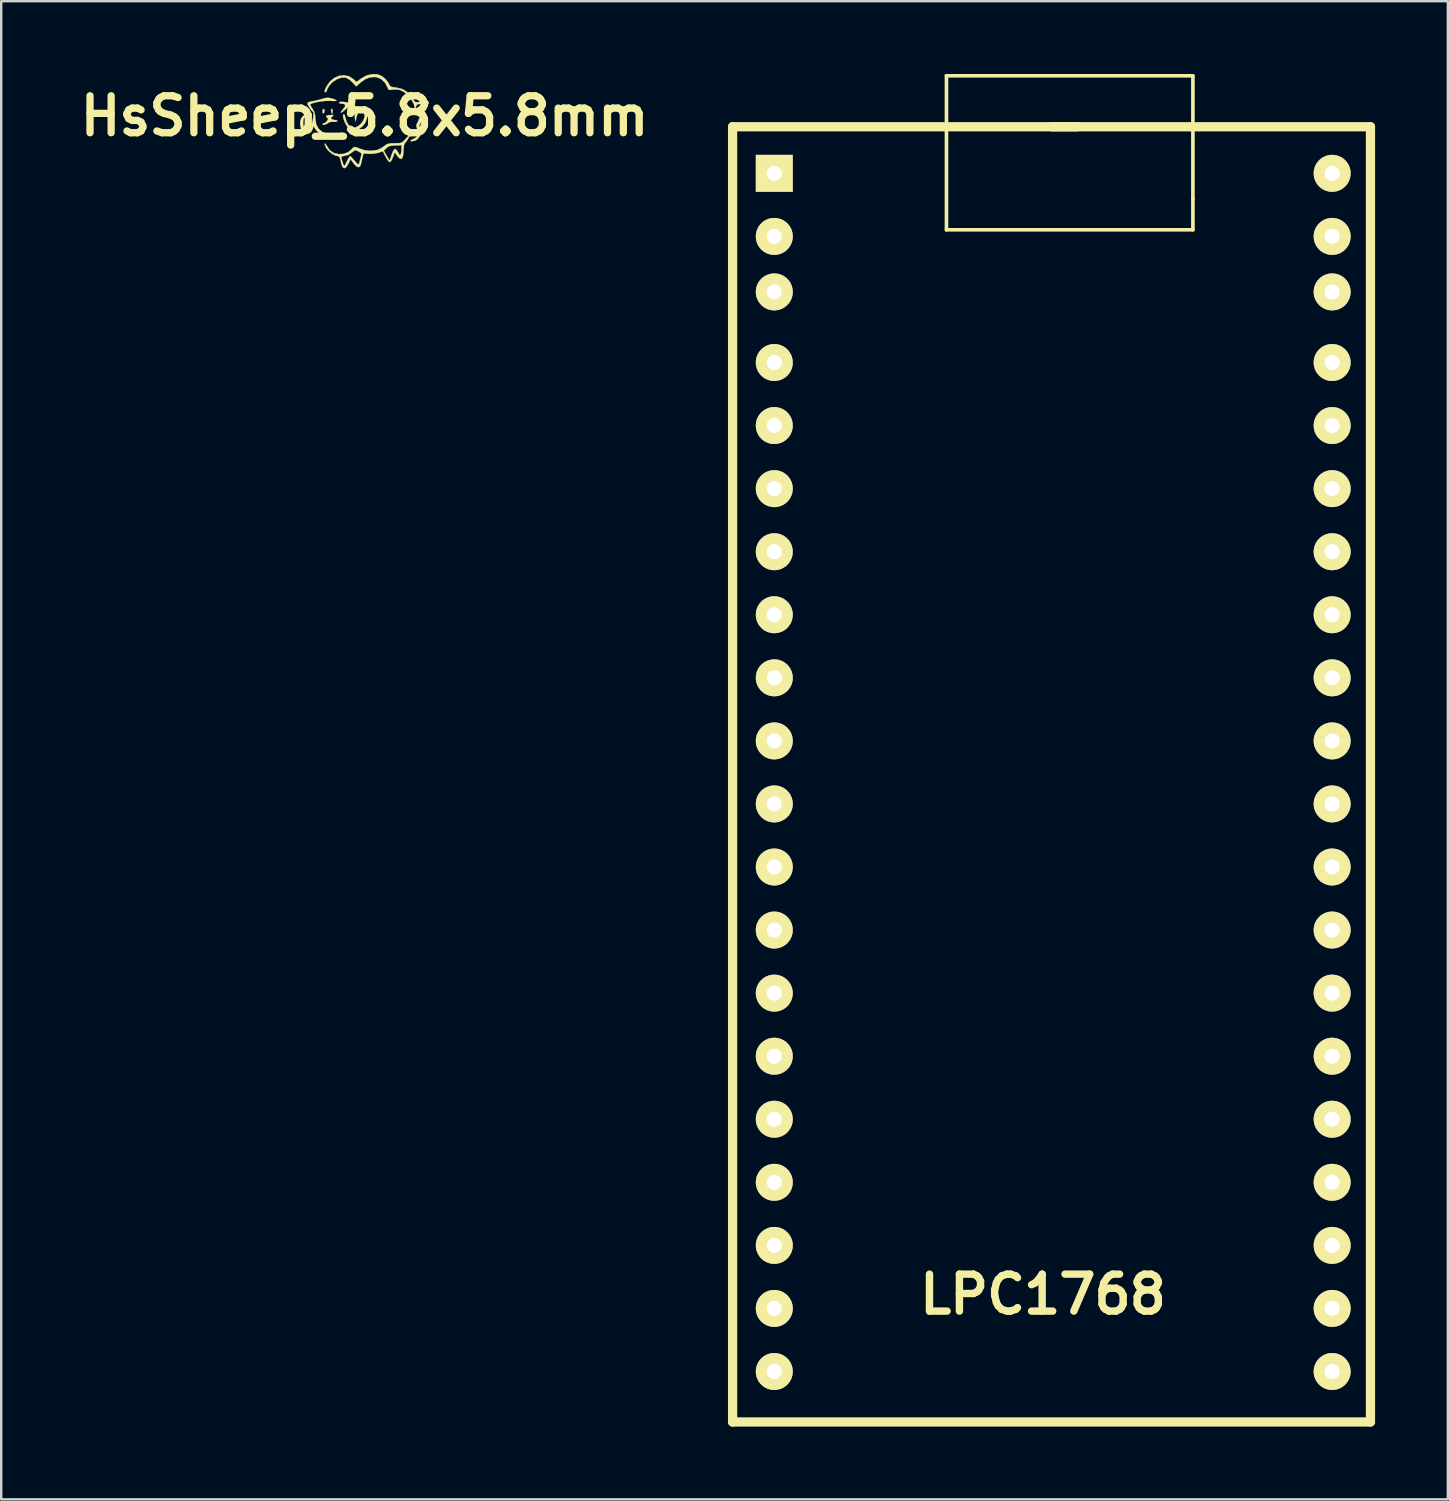
<source format=kicad_pcb>
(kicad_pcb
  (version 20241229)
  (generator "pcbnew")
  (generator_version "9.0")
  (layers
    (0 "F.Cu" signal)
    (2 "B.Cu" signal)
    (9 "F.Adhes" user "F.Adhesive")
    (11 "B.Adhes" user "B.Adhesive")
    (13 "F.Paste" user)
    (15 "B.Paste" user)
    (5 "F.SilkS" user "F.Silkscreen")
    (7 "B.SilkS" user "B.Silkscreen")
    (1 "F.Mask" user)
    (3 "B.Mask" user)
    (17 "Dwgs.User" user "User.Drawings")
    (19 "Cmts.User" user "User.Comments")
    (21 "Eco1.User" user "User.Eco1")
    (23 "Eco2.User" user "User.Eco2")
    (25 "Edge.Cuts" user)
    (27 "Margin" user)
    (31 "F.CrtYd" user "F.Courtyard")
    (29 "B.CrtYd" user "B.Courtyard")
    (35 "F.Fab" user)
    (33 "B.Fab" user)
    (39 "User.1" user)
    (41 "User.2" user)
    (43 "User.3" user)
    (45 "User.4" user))
  (footprint "LPC1768"
    (layer "F.Cu")
    (at 40.702 28.805)
    (property "Reference" "LPC1768" (at -0.749 21.511 0) (layer "F.SilkS") (effects (font (size 1.524 1.524) (thickness 0.305))))
    (attr through_hole)
    (fp_line (start -13.548 -26.629) (end 0.65 -26.629) (stroke (width 0.381) (type solid)) (layer "F.SilkS"))
    (fp_line (start -13.548 26.772) (end -13.548 -26.629) (stroke (width 0.381) (type solid)) (layer "F.SilkS"))
    (fp_line (start -4.73 -28.73) (end 5.43 -28.73) (stroke (width 0.15) (type solid)) (layer "F.SilkS"))
    (fp_line (start -4.73 -22.38) (end -4.73 -28.73) (stroke (width 0.15) (type solid)) (layer "F.SilkS"))
    (fp_line (start -0.399 -26.629) (end 12.751 -26.629) (stroke (width 0.381) (type solid)) (layer "F.SilkS"))
    (fp_line (start 5.43 -28.73) (end 5.43 -23.65) (stroke (width 0.15) (type solid)) (layer "F.SilkS"))
    (fp_line (start 5.43 -23.65) (end 5.43 -22.38) (stroke (width 0.15) (type solid)) (layer "F.SilkS"))
    (fp_line (start 5.43 -22.38) (end -4.73 -22.38) (stroke (width 0.15) (type solid)) (layer "F.SilkS"))
    (fp_line (start 12.751 -26.629) (end 12.751 26.772) (stroke (width 0.381) (type solid)) (layer "F.SilkS"))
    (fp_line (start 12.751 26.772) (end -13.548 26.772) (stroke (width 0.381) (type solid)) (layer "F.SilkS"))
    (pad "1" thru_hole rect (at -11.829 -24.709) (size 1.524 1.524) (drill 0.62) (layers "*.Cu" "*.Mask" "F.SilkS"))
    (pad "2" thru_hole circle (at -11.829 -22.108) (size 1.524 1.524) (drill 0.62) (layers "*.Cu" "*.Mask" "F.SilkS"))
    (pad "3" thru_hole circle (at -11.829 -19.82) (size 1.524 1.524) (drill 0.62) (layers "*.Cu" "*.Mask" "F.SilkS"))
    (pad "4" thru_hole circle (at -11.829 -16.909) (size 1.524 1.524) (drill 0.62) (layers "*.Cu" "*.Mask" "F.SilkS"))
    (pad "5" thru_hole circle (at -11.829 -14.31) (size 1.524 1.524) (drill 0.62) (layers "*.Cu" "*.Mask" "F.SilkS"))
    (pad "6" thru_hole circle (at -11.829 -11.709) (size 1.524 1.524) (drill 0.62) (layers "*.Cu" "*.Mask" "F.SilkS"))
    (pad "7" thru_hole circle (at -11.829 -9.108) (size 1.524 1.524) (drill 0.62) (layers "*.Cu" "*.Mask" "F.SilkS"))
    (pad "8" thru_hole circle (at -11.829 -6.51) (size 1.524 1.524) (drill 0.62) (layers "*.Cu" "*.Mask" "F.SilkS"))
    (pad "9" thru_hole circle (at -11.829 -3.909) (size 1.524 1.524) (drill 0.62) (layers "*.Cu" "*.Mask" "F.SilkS"))
    (pad "10" thru_hole circle (at -11.829 -1.308) (size 1.524 1.524) (drill 0.62) (layers "*.Cu" "*.Mask" "F.SilkS"))
    (pad "11" thru_hole circle (at -11.829 1.29) (size 1.524 1.524) (drill 0.62) (layers "*.Cu" "*.Mask" "F.SilkS"))
    (pad "12" thru_hole circle (at -11.829 3.891) (size 1.524 1.524) (drill 0.62) (layers "*.Cu" "*.Mask" "F.SilkS"))
    (pad "13" thru_hole circle (at -11.829 6.49) (size 1.524 1.524) (drill 0.62) (layers "*.Cu" "*.Mask" "F.SilkS"))
    (pad "14" thru_hole circle (at -11.829 9.091) (size 1.524 1.524) (drill 0.62) (layers "*.Cu" "*.Mask" "F.SilkS"))
    (pad "15" thru_hole circle (at -11.829 11.692) (size 1.524 1.524) (drill 0.62) (layers "*.Cu" "*.Mask" "F.SilkS"))
    (pad "16" thru_hole circle (at -11.829 14.29) (size 1.524 1.524) (drill 0.62) (layers "*.Cu" "*.Mask" "F.SilkS"))
    (pad "17" thru_hole circle (at -11.829 16.891) (size 1.524 1.524) (drill 0.62) (layers "*.Cu" "*.Mask" "F.SilkS"))
    (pad "18" thru_hole circle (at -11.829 19.492) (size 1.524 1.524) (drill 0.62) (layers "*.Cu" "*.Mask" "F.SilkS"))
    (pad "19" thru_hole circle (at -11.829 22.09) (size 1.524 1.524) (drill 0.62) (layers "*.Cu" "*.Mask" "F.SilkS"))
    (pad "20" thru_hole circle (at -11.829 24.691) (size 1.524 1.524) (drill 0.62) (layers "*.Cu" "*.Mask" "F.SilkS"))
    (pad "21" thru_hole circle (at 11.171 24.691) (size 1.524 1.524) (drill 0.62) (layers "*.Cu" "*.Mask" "F.SilkS"))
    (pad "22" thru_hole circle (at 11.171 22.09) (size 1.524 1.524) (drill 0.62) (layers "*.Cu" "*.Mask" "F.SilkS"))
    (pad "23" thru_hole circle (at 11.171 19.492) (size 1.524 1.524) (drill 0.62) (layers "*.Cu" "*.Mask" "F.SilkS"))
    (pad "24" thru_hole circle (at 11.171 16.891) (size 1.524 1.524) (drill 0.62) (layers "*.Cu" "*.Mask" "F.SilkS"))
    (pad "25" thru_hole circle (at 11.171 14.29) (size 1.524 1.524) (drill 0.62) (layers "*.Cu" "*.Mask" "F.SilkS"))
    (pad "26" thru_hole circle (at 11.171 11.692) (size 1.524 1.524) (drill 0.62) (layers "*.Cu" "*.Mask" "F.SilkS"))
    (pad "27" thru_hole circle (at 11.171 9.091) (size 1.524 1.524) (drill 0.62) (layers "*.Cu" "*.Mask" "F.SilkS"))
    (pad "28" thru_hole circle (at 11.171 6.49) (size 1.524 1.524) (drill 0.62) (layers "*.Cu" "*.Mask" "F.SilkS"))
    (pad "29" thru_hole circle (at 11.171 3.891) (size 1.524 1.524) (drill 0.62) (layers "*.Cu" "*.Mask" "F.SilkS"))
    (pad "30" thru_hole circle (at 11.171 1.29) (size 1.524 1.524) (drill 0.62) (layers "*.Cu" "*.Mask" "F.SilkS"))
    (pad "31" thru_hole circle (at 11.171 -1.308) (size 1.524 1.524) (drill 0.62) (layers "*.Cu" "*.Mask" "F.SilkS"))
    (pad "32" thru_hole circle (at 11.171 -3.909) (size 1.524 1.524) (drill 0.62) (layers "*.Cu" "*.Mask" "F.SilkS"))
    (pad "33" thru_hole circle (at 11.171 -6.51) (size 1.524 1.524) (drill 0.62) (layers "*.Cu" "*.Mask" "F.SilkS"))
    (pad "34" thru_hole circle (at 11.171 -9.108) (size 1.524 1.524) (drill 0.62) (layers "*.Cu" "*.Mask" "F.SilkS"))
    (pad "35" thru_hole circle (at 11.171 -11.709) (size 1.524 1.524) (drill 0.62) (layers "*.Cu" "*.Mask" "F.SilkS"))
    (pad "36" thru_hole circle (at 11.171 -14.31) (size 1.524 1.524) (drill 0.62) (layers "*.Cu" "*.Mask" "F.SilkS"))
    (pad "37" thru_hole circle (at 11.171 -16.909) (size 1.524 1.524) (drill 0.62) (layers "*.Cu" "*.Mask" "F.SilkS"))
    (pad "38" thru_hole circle (at 11.171 -19.82) (size 1.524 1.524) (drill 0.62) (layers "*.Cu" "*.Mask" "F.SilkS"))
    (pad "39" thru_hole circle (at 11.171 -22.108) (size 1.524 1.524) (drill 0.62) (layers "*.Cu" "*.Mask" "F.SilkS"))
    (pad "40" thru_hole circle (at 11.171 -24.709) (size 1.524 1.524) (drill 0.62) (layers "*.Cu" "*.Mask" "F.SilkS")))
  (footprint "HsSheep_5.8x5.8mm"
    (layer "F.Cu")
    (at 11.982 1.733)
    (property "Reference" "HsSheep_5.8x5.8mm" (at 0 0 0) (layer "F.SilkS") (effects (font (size 1.524 1.524) (thickness 0.3))))
    (attr through_hole)
    (fp_poly (pts (xy -1.318 -0.238) (xy -1.321 -0.162) (xy -1.337 -0.064) (xy -1.371 -0.162) (xy -1.388 -0.246) (xy -1.38 -0.285) (xy -1.339 -0.294) (xy -1.318 -0.238)) (stroke (width 0.01) (type solid)) (fill yes) (layer "F.SilkS"))
    (fp_poly (pts (xy -1.659 -0.261) (xy -1.651 -0.214) (xy -1.67 -0.133) (xy -1.693 -0.106) (xy -1.725 -0.121) (xy -1.736 -0.188) (xy -1.721 -0.269) (xy -1.693 -0.296) (xy -1.659 -0.261)) (stroke (width 0.01) (type solid)) (fill yes) (layer "F.SilkS"))
    (fp_poly (pts (xy -0.819 -0.577) (xy -0.709 -0.554) (xy -0.632 -0.521) (xy -0.624 -0.513) (xy -0.615 -0.467) (xy -0.666 -0.392) (xy -0.761 -0.297) (xy -0.882 -0.192) (xy -0.96 -0.139) (xy -0.989 -0.138) (xy -0.963 -0.19) (xy -0.89 -0.281) (xy -0.809 -0.392) (xy -0.802 -0.463) (xy -0.869 -0.5) (xy -0.963 -0.507) (xy -1.037 -0.526) (xy -1.058 -0.556) (xy -1.022 -0.58) (xy -0.933 -0.586) (xy -0.819 -0.577)) (stroke (width 0.01) (type solid)) (fill yes) (layer "F.SilkS"))
    (fp_poly (pts (xy -1.307 -0.038) (xy -1.282 -0.023) (xy -1.319 0.013) (xy -1.333 0.024) (xy -1.389 0.076) (xy -1.376 0.113) (xy -1.354 0.128) (xy -1.261 0.161) (xy -1.193 0.169) (xy -1.126 0.185) (xy -1.124 0.216) (xy -1.182 0.242) (xy -1.282 0.242) (xy -1.286 0.242) (xy -1.403 0.243) (xy -1.482 0.275) (xy -1.568 0.33) (xy -1.658 0.361) (xy -1.722 0.362) (xy -1.736 0.342) (xy -1.702 0.301) (xy -1.675 0.296) (xy -1.607 0.265) (xy -1.548 0.203) (xy -1.506 0.131) (xy -1.518 0.092) (xy -1.546 0.073) (xy -1.593 0.025) (xy -1.565 -0.014) (xy -1.473 -0.038) (xy -1.405 -0.041) (xy -1.307 -0.038)) (stroke (width 0.01) (type solid)) (fill yes) (layer "F.SilkS"))
    (fp_poly (pts (xy -0.043 -0.297) (xy 0.064 -0.197) (xy 0.11 -0.056) (xy 0.097 0.109) (xy 0.026 0.28) (xy -0.09 0.429) (xy -0.253 0.551) (xy -0.416 0.599) (xy -0.566 0.572) (xy -0.668 0.497) (xy -0.756 0.374) (xy -0.833 0.219) (xy -0.881 0.069) (xy -0.889 0.001) (xy -0.877 -0.074) (xy -0.848 -0.079) (xy -0.814 -0.022) (xy -0.789 0.078) (xy -0.738 0.242) (xy -0.651 0.38) (xy -0.545 0.465) (xy -0.515 0.476) (xy -0.386 0.474) (xy -0.257 0.412) (xy -0.142 0.309) (xy -0.054 0.181) (xy -0.003 0.046) (xy -0.004 -0.079) (xy -0.051 -0.161) (xy -0.141 -0.211) (xy -0.224 -0.183) (xy -0.294 -0.083) (xy -0.343 0.082) (xy -0.35 0.127) (xy -0.366 0.233) (xy -0.397 0.125) (xy -0.405 -0.012) (xy -0.361 -0.142) (xy -0.28 -0.246) (xy -0.177 -0.308) (xy -0.068 -0.308) (xy -0.043 -0.297)) (stroke (width 0.01) (type solid)) (fill yes) (layer "F.SilkS"))
    (fp_poly (pts (xy -1.358 -0.726) (xy -1.337 -0.721) (xy -1.203 -0.676) (xy -1.152 -0.643) (xy -1.181 -0.622) (xy -1.29 -0.617) (xy -1.415 -0.624) (xy -1.557 -0.625) (xy -1.724 -0.611) (xy -1.896 -0.586) (xy -2.053 -0.553) (xy -2.174 -0.517) (xy -2.238 -0.481) (xy -2.244 -0.469) (xy -2.222 -0.421) (xy -2.167 -0.331) (xy -2.138 -0.287) (xy -2.065 -0.149) (xy -2.035 0.005) (xy -2.032 0.097) (xy -1.998 0.335) (xy -1.899 0.524) (xy -1.743 0.658) (xy -1.537 0.735) (xy -1.287 0.75) (xy -1 0.7) (xy -0.978 0.694) (xy -0.907 0.683) (xy -0.903 0.708) (xy -0.965 0.749) (xy -1.084 0.789) (xy -1.234 0.822) (xy -1.389 0.842) (xy -1.469 0.845) (xy -1.617 0.822) (xy -1.767 0.77) (xy -1.783 0.762) (xy -1.908 0.673) (xy -2.011 0.563) (xy -2.021 0.548) (xy -2.105 0.415) (xy -2.133 0.524) (xy -2.193 0.642) (xy -2.291 0.718) (xy -2.401 0.738) (xy -2.452 0.721) (xy -2.56 0.627) (xy -2.629 0.496) (xy -2.658 0.346) (xy -2.65 0.198) (xy -2.603 0.071) (xy -2.521 -0.015) (xy -2.42 -0.042) (xy -2.321 -0.006) (xy -2.238 0.082) (xy -2.202 0.188) (xy -2.202 0.194) (xy -2.208 0.24) (xy -2.232 0.214) (xy -2.256 0.169) (xy -2.339 0.081) (xy -2.414 0.064) (xy -2.481 0.073) (xy -2.514 0.118) (xy -2.53 0.22) (xy -2.532 0.247) (xy -2.522 0.404) (xy -2.476 0.535) (xy -2.404 0.618) (xy -2.346 0.635) (xy -2.29 0.599) (xy -2.231 0.511) (xy -2.22 0.487) (xy -2.183 0.374) (xy -2.15 0.232) (xy -2.124 0.084) (xy -2.109 -0.047) (xy -2.109 -0.139) (xy -2.123 -0.169) (xy -2.169 -0.203) (xy -2.233 -0.284) (xy -2.297 -0.386) (xy -2.344 -0.48) (xy -2.356 -0.539) (xy -2.354 -0.542) (xy -2.301 -0.573) (xy -2.195 -0.602) (xy -2.149 -0.61) (xy -1.997 -0.641) (xy -1.822 -0.685) (xy -1.75 -0.707) (xy -1.602 -0.746) (xy -1.487 -0.752) (xy -1.358 -0.726)) (stroke (width 0.01) (type solid)) (fill yes) (layer "F.SilkS"))
    (fp_poly (pts (xy 0.547 -1.715) (xy 0.714 -1.643) (xy 0.87 -1.517) (xy 0.984 -1.363) (xy 0.999 -1.33) (xy 1.039 -1.252) (xy 1.093 -1.209) (xy 1.188 -1.187) (xy 1.287 -1.177) (xy 1.55 -1.115) (xy 1.773 -0.98) (xy 1.95 -0.775) (xy 1.971 -0.741) (xy 2.04 -0.629) (xy 2.094 -0.576) (xy 2.158 -0.566) (xy 2.238 -0.579) (xy 2.42 -0.606) (xy 2.56 -0.608) (xy 2.641 -0.585) (xy 2.653 -0.569) (xy 2.636 -0.515) (xy 2.576 -0.422) (xy 2.52 -0.351) (xy 2.425 -0.225) (xy 2.381 -0.113) (xy 2.371 0.008) (xy 2.355 0.148) (xy 2.316 0.268) (xy 2.302 0.291) (xy 2.257 0.385) (xy 2.275 0.48) (xy 2.281 0.493) (xy 2.318 0.611) (xy 2.328 0.694) (xy 2.302 0.782) (xy 2.238 0.884) (xy 2.16 0.972) (xy 2.089 1.015) (xy 2.08 1.016) (xy 2.005 1.03) (xy 1.98 1.038) (xy 1.91 1.041) (xy 1.891 1.03) (xy 1.905 0.999) (xy 1.98 0.961) (xy 1.998 0.955) (xy 2.138 0.877) (xy 2.203 0.759) (xy 2.193 0.604) (xy 2.173 0.544) (xy 2.135 0.434) (xy 2.137 0.357) (xy 2.181 0.266) (xy 2.197 0.24) (xy 2.272 0.057) (xy 2.275 -0.118) (xy 2.22 -0.245) (xy 2.185 -0.319) (xy 2.208 -0.338) (xy 2.272 -0.293) (xy 2.32 -0.284) (xy 2.387 -0.346) (xy 2.413 -0.38) (xy 2.507 -0.513) (xy 2.323 -0.5) (xy 2.206 -0.487) (xy 2.148 -0.454) (xy 2.12 -0.383) (xy 2.112 -0.339) (xy 2.094 -0.255) (xy 2.084 -0.251) (xy 2.079 -0.296) (xy 2.033 -0.484) (xy 1.93 -0.677) (xy 1.786 -0.854) (xy 1.62 -0.994) (xy 1.45 -1.075) (xy 1.421 -1.082) (xy 1.271 -1.094) (xy 1.126 -1.083) (xy 1.028 -1.072) (xy 0.975 -1.101) (xy 0.937 -1.189) (xy 0.932 -1.203) (xy 0.834 -1.384) (xy 0.683 -1.521) (xy 0.501 -1.598) (xy 0.403 -1.609) (xy 0.203 -1.588) (xy 0.027 -1.518) (xy -0.156 -1.388) (xy -0.184 -1.364) (xy -0.346 -1.221) (xy -0.501 -1.389) (xy -0.625 -1.498) (xy -0.749 -1.571) (xy -0.792 -1.585) (xy -0.958 -1.582) (xy -1.138 -1.518) (xy -1.311 -1.407) (xy -1.452 -1.265) (xy -1.541 -1.106) (xy -1.55 -1.076) (xy -1.582 -0.999) (xy -1.613 -0.974) (xy -1.648 -0.999) (xy -1.634 -1.079) (xy -1.57 -1.22) (xy -1.568 -1.224) (xy -1.428 -1.425) (xy -1.25 -1.571) (xy -1.049 -1.658) (xy -0.841 -1.681) (xy -0.64 -1.637) (xy -0.466 -1.525) (xy -0.334 -1.401) (xy -0.146 -1.545) (xy 0.078 -1.67) (xy 0.322 -1.728) (xy 0.547 -1.715)) (stroke (width 0.01) (type solid)) (fill yes) (layer "F.SilkS"))
    (fp_poly (pts (xy 1.84 0.852) (xy 1.784 0.955) (xy 1.718 1.052) (xy 1.675 1.098) (xy 1.626 1.191) (xy 1.608 1.363) (xy 1.608 1.37) (xy 1.596 1.584) (xy 1.563 1.718) (xy 1.508 1.772) (xy 1.433 1.744) (xy 1.339 1.634) (xy 1.332 1.625) (xy 1.244 1.493) (xy 1.17 1.699) (xy 1.118 1.816) (xy 1.065 1.89) (xy 1.039 1.905) (xy 0.99 1.87) (xy 0.922 1.779) (xy 0.866 1.679) (xy 0.751 1.453) (xy 0.577 1.513) (xy 0.427 1.546) (xy 0.251 1.561) (xy 0.179 1.559) (xy -0.045 1.545) (xy -0.082 1.693) (xy -0.118 1.841) (xy -0.148 1.979) (xy -0.192 2.086) (xy -0.262 2.113) (xy -0.355 2.062) (xy -0.454 1.949) (xy -0.578 1.782) (xy -0.669 1.97) (xy -0.75 2.101) (xy -0.826 2.153) (xy -0.892 2.125) (xy -0.93 2.058) (xy -0.964 1.945) (xy -0.996 1.81) (xy -0.997 1.804) (xy -1.026 1.707) (xy -0.959 1.707) (xy -0.947 1.767) (xy -0.909 1.899) (xy -0.877 1.99) (xy -0.852 2.044) (xy -0.828 2.051) (xy -0.794 2) (xy -0.737 1.881) (xy -0.733 1.873) (xy -0.672 1.754) (xy -0.62 1.673) (xy -0.596 1.651) (xy -0.553 1.682) (xy -0.479 1.762) (xy -0.409 1.847) (xy -0.313 1.958) (xy -0.254 1.998) (xy -0.236 1.985) (xy -0.208 1.893) (xy -0.176 1.772) (xy -0.147 1.655) (xy -0.129 1.573) (xy -0.127 1.557) (xy -0.161 1.519) (xy -0.243 1.466) (xy -0.258 1.458) (xy -0.316 1.432) (xy 0.792 1.432) (xy 1.031 1.839) (xy 1.112 1.597) (xy 1.168 1.457) (xy 1.223 1.372) (xy 1.253 1.355) (xy 1.308 1.39) (xy 1.371 1.477) (xy 1.386 1.505) (xy 1.434 1.596) (xy 1.464 1.617) (xy 1.488 1.58) (xy 1.51 1.485) (xy 1.521 1.36) (xy 1.521 1.355) (xy 1.524 1.206) (xy 1.264 1.214) (xy 1.105 1.224) (xy 1.001 1.251) (xy 0.921 1.304) (xy 0.898 1.326) (xy 0.792 1.432) (xy -0.316 1.432) (xy -0.352 1.416) (xy -0.412 1.42) (xy -0.48 1.472) (xy -0.481 1.473) (xy -0.669 1.604) (xy -0.855 1.651) (xy -0.866 1.651) (xy -0.942 1.661) (xy -0.959 1.707) (xy -1.026 1.707) (xy -1.029 1.698) (xy -1.081 1.655) (xy -1.117 1.651) (xy -1.231 1.62) (xy -1.366 1.541) (xy -1.493 1.435) (xy -1.582 1.322) (xy -1.587 1.313) (xy -1.636 1.202) (xy -1.649 1.14) (xy -1.629 1.136) (xy -1.577 1.201) (xy -1.563 1.223) (xy -1.493 1.329) (xy -1.434 1.408) (xy -1.425 1.418) (xy -1.262 1.525) (xy -1.067 1.572) (xy -0.865 1.56) (xy -0.678 1.49) (xy -0.53 1.365) (xy -0.516 1.347) (xy -0.454 1.287) (xy -0.375 1.277) (xy -0.258 1.318) (xy -0.209 1.341) (xy -0.022 1.403) (xy 0.2 1.432) (xy 0.415 1.423) (xy 0.525 1.398) (xy 0.664 1.335) (xy 0.799 1.246) (xy 0.814 1.235) (xy 0.898 1.173) (xy 0.986 1.139) (xy 1.106 1.124) (xy 1.241 1.122) (xy 1.396 1.12) (xy 1.496 1.106) (xy 1.569 1.069) (xy 1.645 0.996) (xy 1.698 0.936) (xy 1.785 0.843) (xy 1.845 0.787) (xy 1.863 0.78) (xy 1.84 0.852)) (stroke (width 0.01) (type solid)) (fill yes) (layer "F.SilkS")))
  (gr_rect
    (start -3 -3)
    (end 56.643 58.767)
    (stroke (width 0.1) (type default))
    (fill no)
    (layer "Edge.Cuts")))
</source>
